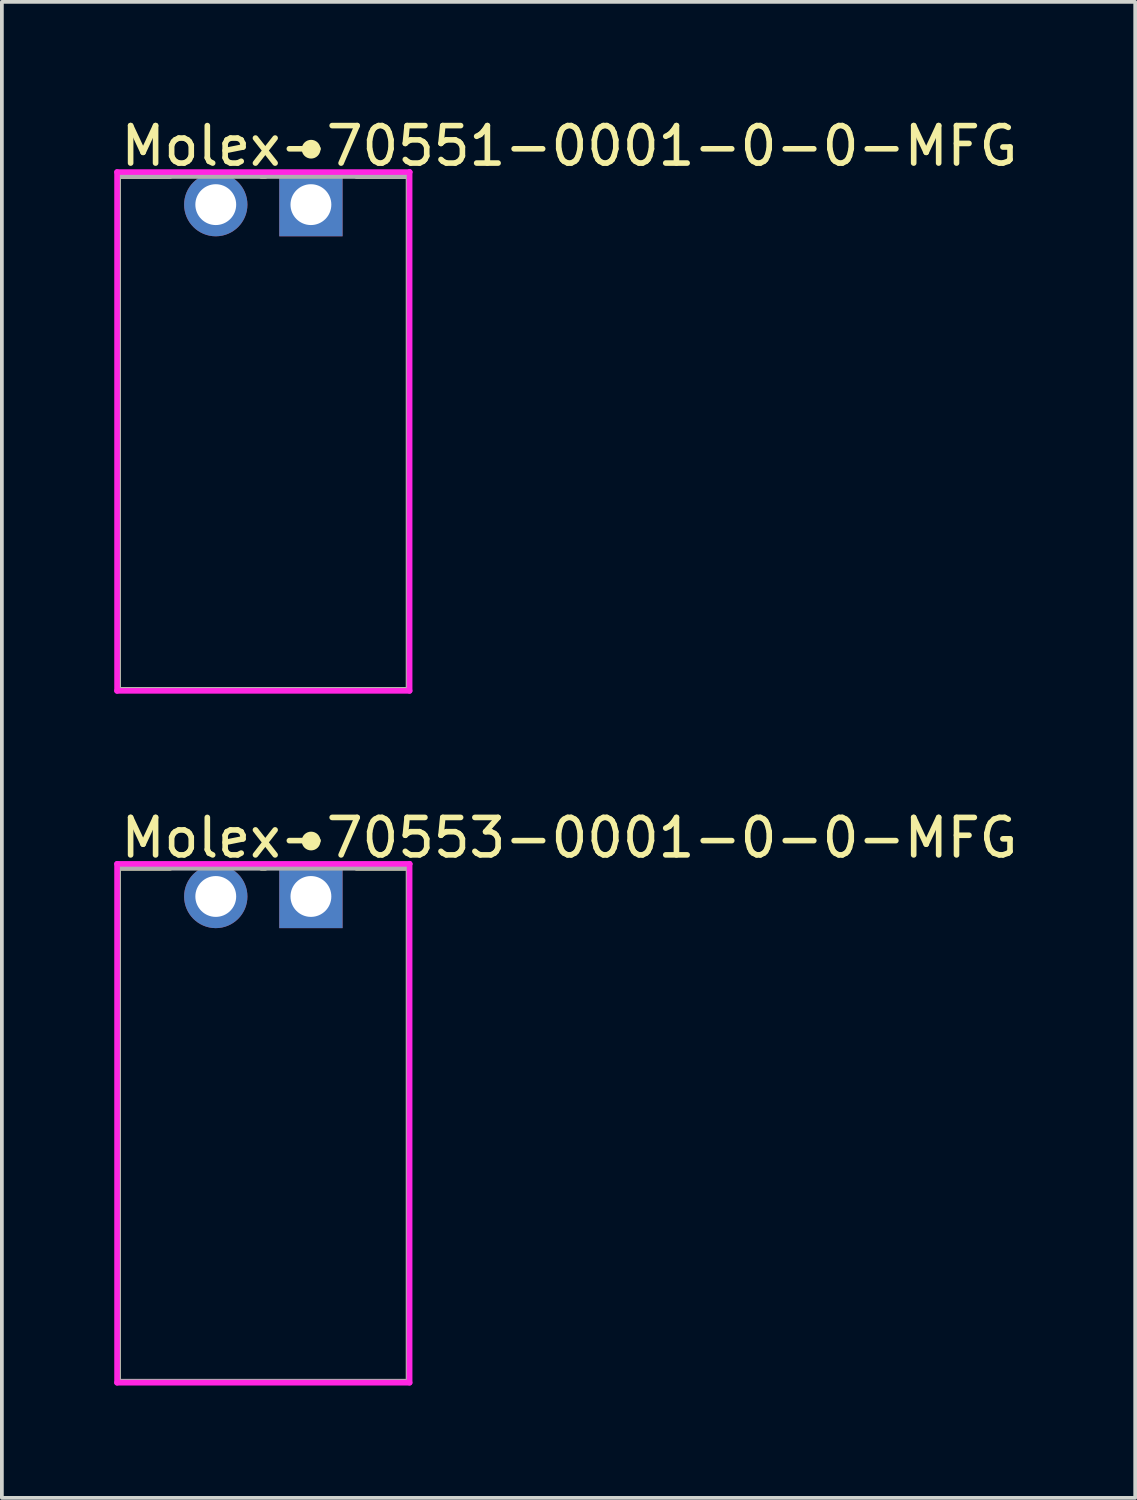
<source format=kicad_pcb>
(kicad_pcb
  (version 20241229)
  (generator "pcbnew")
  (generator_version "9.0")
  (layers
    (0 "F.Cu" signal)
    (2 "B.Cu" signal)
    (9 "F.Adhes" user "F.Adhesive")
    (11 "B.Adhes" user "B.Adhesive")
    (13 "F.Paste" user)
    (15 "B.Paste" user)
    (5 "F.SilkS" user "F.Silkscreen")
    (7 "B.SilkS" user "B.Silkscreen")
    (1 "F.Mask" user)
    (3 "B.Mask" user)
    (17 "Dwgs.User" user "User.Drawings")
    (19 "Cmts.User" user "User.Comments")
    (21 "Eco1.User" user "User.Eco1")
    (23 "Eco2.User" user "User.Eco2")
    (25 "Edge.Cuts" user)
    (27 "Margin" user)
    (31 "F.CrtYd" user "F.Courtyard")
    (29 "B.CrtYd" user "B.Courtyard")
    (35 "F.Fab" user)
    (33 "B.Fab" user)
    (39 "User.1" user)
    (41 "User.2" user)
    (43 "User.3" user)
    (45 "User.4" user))
  (footprint "Molex-70551-0001-0-0-MFG"
    (layer "F.Cu")
    (at 3.98 8.508)
    (property "Reference" "Molex-70551-0001-0-0-MFG" (at -3.88 -7.66 0) (layer "F.SilkS") (effects (font (size 1 1) (thickness 0.15)) (justify left)))
    (attr through_hole)
    (fp_line (start -3.88 -6.86) (end -2.49 -6.86) (stroke (width 0.15) (type solid)) (layer "F.SilkS"))
    (fp_line (start -3.88 6.86) (end -3.88 -6.86) (stroke (width 0.15) (type solid)) (layer "F.SilkS"))
    (fp_line (start -3.88 6.86) (end 3.88 6.86) (stroke (width 0.15) (type solid)) (layer "F.SilkS"))
    (fp_line (start -0.05 -6.86) (end 0.05 -6.86) (stroke (width 0.15) (type solid)) (layer "F.SilkS"))
    (fp_line (start 2.49 -6.86) (end 3.88 -6.86) (stroke (width 0.15) (type solid)) (layer "F.SilkS"))
    (fp_line (start 3.88 6.86) (end 3.88 -6.86) (stroke (width 0.15) (type solid)) (layer "F.SilkS"))
    (fp_circle (center 1.275 -7.575) (end 1.4 -7.575) (stroke (width 0.25) (type solid)) (fill no) (layer "F.SilkS"))
    (fp_line (start -3.905 -6.965) (end -3.905 6.885) (stroke (width 0.15) (type solid)) (layer "F.CrtYd"))
    (fp_line (start -3.905 6.885) (end 3.905 6.885) (stroke (width 0.15) (type solid)) (layer "F.CrtYd"))
    (fp_line (start 3.905 -6.965) (end -3.905 -6.965) (stroke (width 0.15) (type solid)) (layer "F.CrtYd"))
    (fp_line (start 3.905 -6.965) (end 3.905 -6.965) (stroke (width 0.15) (type solid)) (layer "F.CrtYd"))
    (fp_line (start 3.905 6.885) (end 3.905 -6.965) (stroke (width 0.15) (type solid)) (layer "F.CrtYd"))
    (fp_line (start -3.88 -6.86) (end 3.88 -6.86) (stroke (width 0.15) (type solid)) (layer "F.Fab"))
    (fp_line (start -3.88 6.86) (end -3.88 -6.86) (stroke (width 0.15) (type solid)) (layer "F.Fab"))
    (fp_line (start 3.88 -6.86) (end 3.88 6.86) (stroke (width 0.15) (type solid)) (layer "F.Fab"))
    (fp_line (start 3.88 6.86) (end -3.88 6.86) (stroke (width 0.15) (type solid)) (layer "F.Fab"))
    (pad "1" thru_hole rect (at 1.27 -6.095) (size 1.69 1.69) (drill 1.09) (layers "*.Cu"))
    (pad "2" thru_hole circle (at -1.27 -6.095) (size 1.69 1.69) (drill 1.09) (layers "*.Cu")))
  (footprint "Molex-70553-0001-0-0-MFG"
    (layer "F.Cu")
    (at 3.98 26.977)
    (property "Reference" "Molex-70553-0001-0-0-MFG" (at -3.88 -7.66 0) (layer "F.SilkS") (effects (font (size 1 1) (thickness 0.15)) (justify left)))
    (attr through_hole)
    (fp_line (start -3.88 -6.86) (end -2.49 -6.86) (stroke (width 0.15) (type solid)) (layer "F.SilkS"))
    (fp_line (start -3.88 6.86) (end -3.88 -6.86) (stroke (width 0.15) (type solid)) (layer "F.SilkS"))
    (fp_line (start -3.88 6.86) (end 3.88 6.86) (stroke (width 0.15) (type solid)) (layer "F.SilkS"))
    (fp_line (start -0.05 -6.86) (end 0.05 -6.86) (stroke (width 0.15) (type solid)) (layer "F.SilkS"))
    (fp_line (start 2.49 -6.86) (end 3.88 -6.86) (stroke (width 0.15) (type solid)) (layer "F.SilkS"))
    (fp_line (start 3.88 6.86) (end 3.88 -6.86) (stroke (width 0.15) (type solid)) (layer "F.SilkS"))
    (fp_circle (center 1.275 -7.575) (end 1.4 -7.575) (stroke (width 0.25) (type solid)) (fill no) (layer "F.SilkS"))
    (fp_line (start -3.905 -6.965) (end -3.905 6.885) (stroke (width 0.15) (type solid)) (layer "F.CrtYd"))
    (fp_line (start -3.905 6.885) (end 3.905 6.885) (stroke (width 0.15) (type solid)) (layer "F.CrtYd"))
    (fp_line (start 3.905 -6.965) (end -3.905 -6.965) (stroke (width 0.15) (type solid)) (layer "F.CrtYd"))
    (fp_line (start 3.905 -6.965) (end 3.905 -6.965) (stroke (width 0.15) (type solid)) (layer "F.CrtYd"))
    (fp_line (start 3.905 6.885) (end 3.905 -6.965) (stroke (width 0.15) (type solid)) (layer "F.CrtYd"))
    (fp_line (start -3.88 -6.86) (end 3.88 -6.86) (stroke (width 0.15) (type solid)) (layer "F.Fab"))
    (fp_line (start -3.88 6.86) (end -3.88 -6.86) (stroke (width 0.15) (type solid)) (layer "F.Fab"))
    (fp_line (start 3.88 -6.86) (end 3.88 6.86) (stroke (width 0.15) (type solid)) (layer "F.Fab"))
    (fp_line (start 3.88 6.86) (end -3.88 6.86) (stroke (width 0.15) (type solid)) (layer "F.Fab"))
    (pad "1" thru_hole rect (at 1.27 -6.095) (size 1.69 1.69) (drill 1.09) (layers "*.Cu"))
    (pad "2" thru_hole circle (at -1.27 -6.095) (size 1.69 1.69) (drill 1.09) (layers "*.Cu")))
  (gr_rect
    (start -3 -3)
    (end 27.255 36.937)
    (stroke (width 0.1) (type default))
    (fill no)
    (layer "Edge.Cuts")))
</source>
